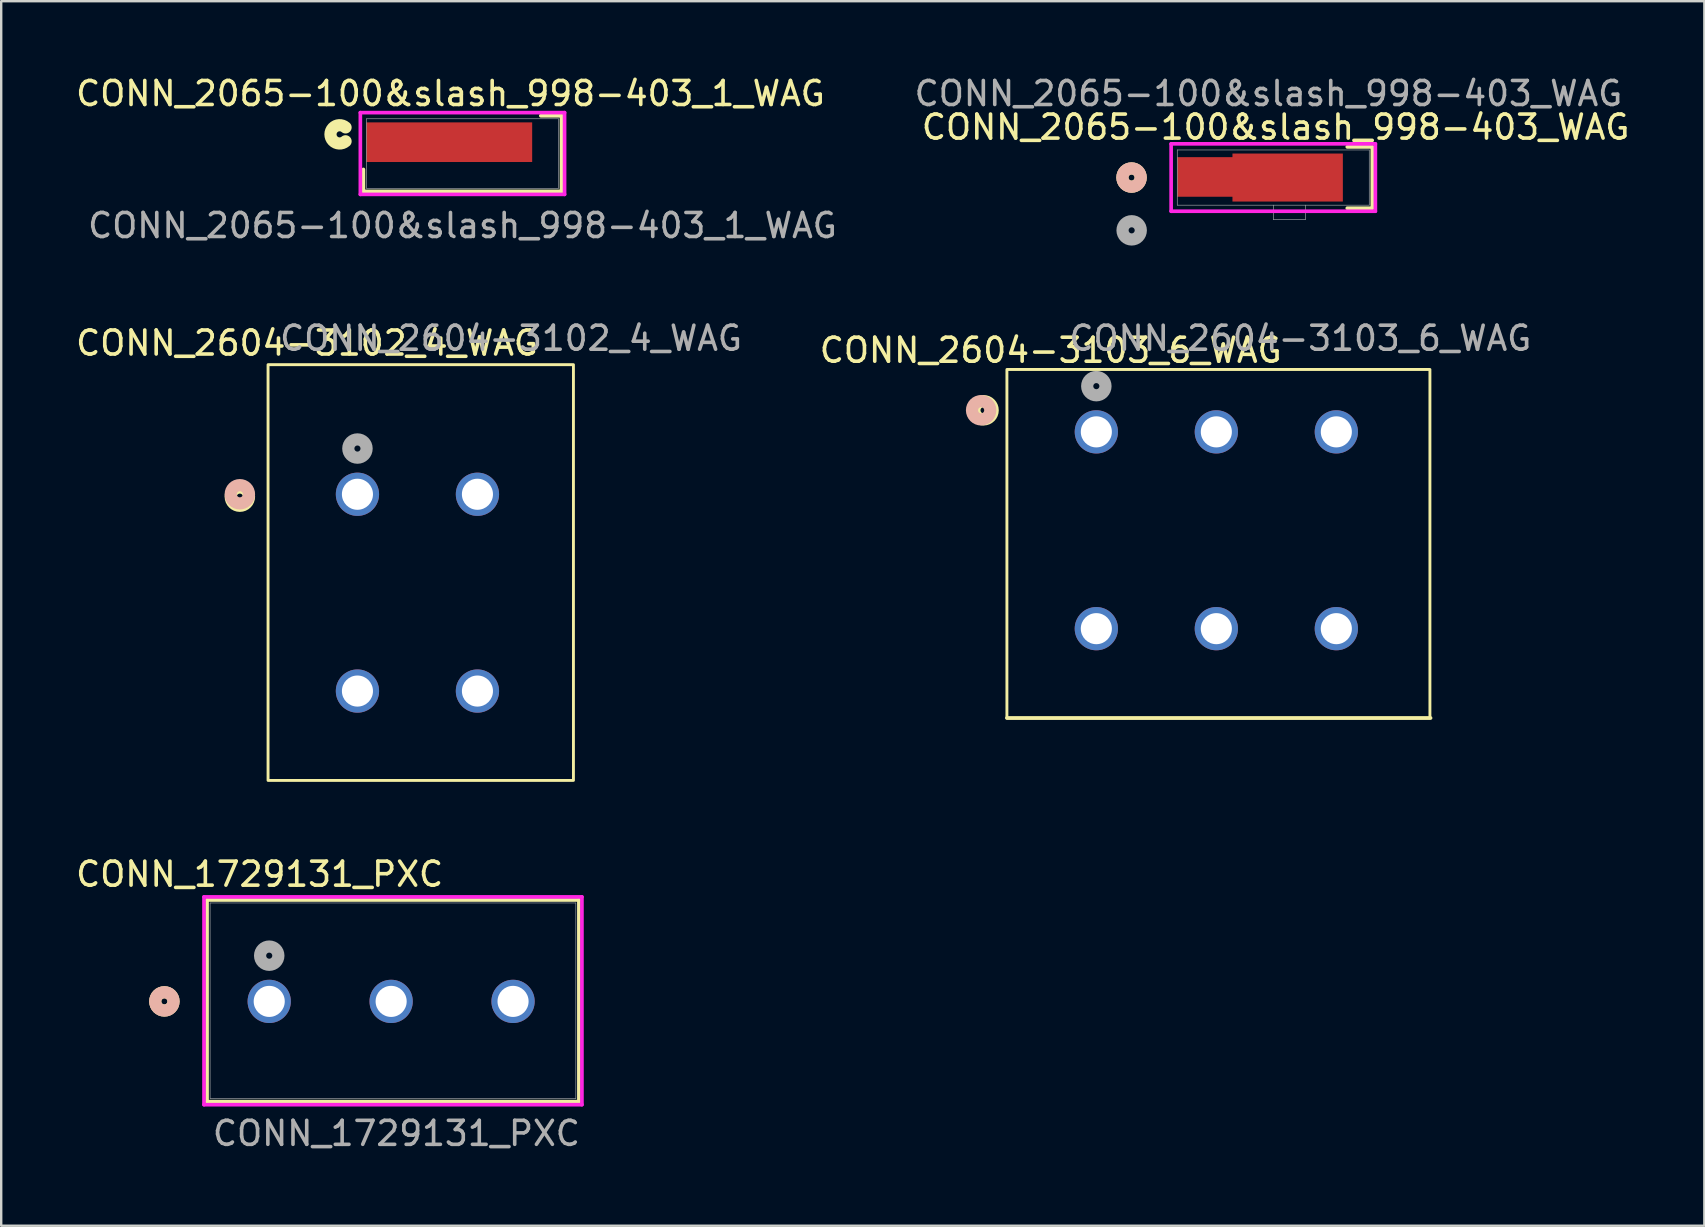
<source format=kicad_pcb>
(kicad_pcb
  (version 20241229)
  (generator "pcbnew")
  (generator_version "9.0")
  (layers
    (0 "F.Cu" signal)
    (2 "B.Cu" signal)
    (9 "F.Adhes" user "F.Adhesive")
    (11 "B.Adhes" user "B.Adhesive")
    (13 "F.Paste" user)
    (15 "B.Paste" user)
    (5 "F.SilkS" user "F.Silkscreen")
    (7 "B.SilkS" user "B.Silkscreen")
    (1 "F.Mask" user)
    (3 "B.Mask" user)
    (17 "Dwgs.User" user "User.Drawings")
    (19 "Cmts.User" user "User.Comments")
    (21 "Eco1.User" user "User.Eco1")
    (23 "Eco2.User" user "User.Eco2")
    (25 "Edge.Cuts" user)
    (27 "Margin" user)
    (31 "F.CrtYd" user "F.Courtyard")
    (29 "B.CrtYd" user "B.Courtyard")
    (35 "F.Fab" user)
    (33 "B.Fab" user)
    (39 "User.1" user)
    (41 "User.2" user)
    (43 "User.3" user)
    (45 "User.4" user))
  (footprint "CONN_2065-100&slash_998-403_WAG"
    (layer "F.Cu")
    (at 50.004 4.348)
    (property "Reference" "CONN_2065-100&slash_998-403_WAG" (at 0.1 -2.1 0) (unlocked yes) (layer "F.SilkS") (effects (font (size 1 1) (thickness 0.15))))
    (attr smd)
    (fp_poly (pts (xy -4 -0.85) (xy -1.7 -0.85) (xy -1.7 -1) (xy 2.9 -1) (xy 2.9 1) (xy -1.7 1) (xy -1.7 0.8) (xy -4 0.8)) (stroke (width 0) (type solid)) (fill yes) (layer "F.Cu"))
    (fp_poly (pts (xy -4 -0.85) (xy -1.7 -0.85) (xy -1.7 -1) (xy 2.9 -1) (xy 2.9 1) (xy -1.7 1) (xy -1.7 0.8) (xy -4 0.8)) (stroke (width 0) (type solid)) (fill yes) (layer "F.Mask"))
    (fp_line (start 3.084 1.277) (end 4.128 1.277) (stroke (width 0.152) (type solid)) (layer "F.SilkS"))
    (fp_line (start 4.128 -1.277) (end 3.084 -1.277) (stroke (width 0.152) (type solid)) (layer "F.SilkS"))
    (fp_line (start 4.128 1.277) (end 4.128 -1.277) (stroke (width 0.152) (type solid)) (layer "F.SilkS"))
    (fp_circle (center -5.905 0) (end -5.524 0) (stroke (width 0.508) (type solid)) (fill no) (layer "F.SilkS"))
    (fp_circle (center -5.905 0) (end -5.524 0) (stroke (width 0.508) (type solid)) (fill no) (layer "B.SilkS"))
    (fp_poly (pts (xy -4 -0.85) (xy -1.7 -0.85) (xy -1.7 -1) (xy 2.9 -1) (xy 2.9 1) (xy -1.7 1) (xy -1.7 0.8) (xy -4 0.8)) (stroke (width 0) (type solid)) (fill yes) (layer "F.Paste"))
    (fp_line (start -4.255 -1.404) (end -4.255 1.404) (stroke (width 0.152) (type solid)) (layer "F.CrtYd"))
    (fp_line (start -4.255 1.404) (end 4.255 1.404) (stroke (width 0.152) (type solid)) (layer "F.CrtYd"))
    (fp_line (start 4.255 -1.404) (end -4.255 -1.404) (stroke (width 0.152) (type solid)) (layer "F.CrtYd"))
    (fp_line (start 4.255 1.404) (end 4.255 -1.404) (stroke (width 0.152) (type solid)) (layer "F.CrtYd"))
    (fp_line (start -4 -1.15) (end -4 1.15) (stroke (width 0.025) (type solid)) (layer "F.Fab"))
    (fp_line (start -4 1.15) (end 4 1.15) (stroke (width 0.025) (type solid)) (layer "F.Fab"))
    (fp_line (start 0.007 1.15) (end 0.007 1.756) (stroke (width 0.025) (type solid)) (layer "F.Fab"))
    (fp_line (start 0.007 1.756) (end 1.337 1.756) (stroke (width 0.025) (type solid)) (layer "F.Fab"))
    (fp_line (start 1.337 1.756) (end 1.337 1.15) (stroke (width 0.025) (type solid)) (layer "F.Fab"))
    (fp_line (start 4 -1.15) (end -4 -1.15) (stroke (width 0.025) (type solid)) (layer "F.Fab"))
    (fp_line (start 4 1.15) (end 4 -1.15) (stroke (width 0.025) (type solid)) (layer "F.Fab"))
    (fp_circle (center -5.9 2.2) (end -5.519 2.2) (stroke (width 0.508) (type solid)) (fill no) (layer "F.Fab"))
    (fp_text user "${REFERENCE}" (at -0.2 -3.5 0) (unlocked yes) (layer "F.Fab") (effects (font (size 1 1) (thickness 0.15))))
    (pad "1" smd rect (at -0.55 0) (size 0.127 0.127) (layers "F.Cu" "F.Mask" "F.Paste")))
  (footprint "CONN_2604-3102_4_WAG"
    (layer "F.Cu")
    (at 11.844 17.545)
    (property "Reference" "CONN_2604-3102_4_WAG" (at -2.1 -6.3 0) (unlocked yes) (layer "F.SilkS") (effects (font (size 1 1) (thickness 0.15))))
    (attr through_hole)
    (fp_rect (start -3.725 11.923) (end 9 -5.4) (stroke (width 0.12) (type default)) (fill no) (layer "F.SilkS"))
    (fp_circle (center -4.9 0.1) (end -4.519 0.1) (stroke (width 0.508) (type solid)) (fill no) (layer "F.SilkS"))
    (fp_circle (center -4.9 0) (end -4.519 0) (stroke (width 0.508) (type solid)) (fill no) (layer "B.SilkS"))
    (fp_circle (center 0 -1.905) (end 0.381 -1.905) (stroke (width 0.508) (type solid)) (fill no) (layer "F.Fab"))
    (fp_text user "${REFERENCE}" (at 6.4 -6.5 0) (unlocked yes) (layer "F.Fab") (effects (font (size 1 1) (thickness 0.15))))
    (pad "1" thru_hole circle (at 0 0) (size 1.803 1.803) (drill 1.295) (layers "*.Cu" "*.Mask"))
    (pad "2" thru_hole circle (at 0 8.2) (size 1.803 1.803) (drill 1.295) (layers "*.Cu" "*.Mask"))
    (pad "3" thru_hole circle (at 5 0) (size 1.803 1.803) (drill 1.295) (layers "*.Cu" "*.Mask"))
    (pad "4" thru_hole circle (at 5 8.2) (size 1.803 1.803) (drill 1.295) (layers "*.Cu" "*.Mask")))
  (footprint "CONN_2604-3103_6_WAG"
    (layer "F.Cu")
    (at 42.632 14.945)
    (property "Reference" "CONN_2604-3103_6_WAG" (at -1.9 -3.4 0) (unlocked yes) (layer "F.SilkS") (effects (font (size 1 1) (thickness 0.15))))
    (attr through_hole)
    (fp_line (start -3.726 11.923) (end 13.927 11.923) (stroke (width 0.152) (type solid)) (layer "F.SilkS"))
    (fp_rect (start -3.726 11.923) (end 13.9 -2.6) (stroke (width 0.12) (type default)) (fill no) (layer "F.SilkS"))
    (fp_circle (center -4.7 -0.9) (end -4.319 -0.9) (stroke (width 0.508) (type solid)) (fill no) (layer "F.SilkS"))
    (fp_circle (center -4.8 -0.9) (end -4.419 -0.9) (stroke (width 0.508) (type solid)) (fill no) (layer "B.SilkS"))
    (fp_circle (center 0 -1.905) (end 0.381 -1.905) (stroke (width 0.508) (type solid)) (fill no) (layer "F.Fab"))
    (fp_text user "${REFERENCE}" (at 8.5 -3.9 0) (unlocked yes) (layer "F.Fab") (effects (font (size 1 1) (thickness 0.15))))
    (pad "1" thru_hole circle (at 0 0) (size 1.803 1.803) (drill 1.295) (layers "*.Cu" "*.Mask"))
    (pad "2" thru_hole circle (at 0 8.2) (size 1.803 1.803) (drill 1.295) (layers "*.Cu" "*.Mask"))
    (pad "3" thru_hole circle (at 5 0) (size 1.803 1.803) (drill 1.295) (layers "*.Cu" "*.Mask"))
    (pad "4" thru_hole circle (at 5 8.2) (size 1.803 1.803) (drill 1.295) (layers "*.Cu" "*.Mask"))
    (pad "5" thru_hole circle (at 10 0) (size 1.803 1.803) (drill 1.295) (layers "*.Cu" "*.Mask"))
    (pad "6" thru_hole circle (at 10 8.2) (size 1.803 1.803) (drill 1.295) (layers "*.Cu" "*.Mask")))
  (footprint "CONN_1729131_PXC"
    (layer "F.Cu")
    (at 8.168 38.676)
    (property "Reference" "CONN_1729131_PXC" (at -0.4 -5.3 0) (unlocked yes) (layer "F.SilkS") (effects (font (size 1 1) (thickness 0.15))))
    (attr through_hole)
    (fp_line (start -2.591 -4.227) (end -2.591 4.177) (stroke (width 0.152) (type solid)) (layer "F.SilkS"))
    (fp_line (start -2.591 4.177) (end 12.903 4.177) (stroke (width 0.152) (type solid)) (layer "F.SilkS"))
    (fp_line (start 12.903 -4.227) (end -2.591 -4.227) (stroke (width 0.152) (type solid)) (layer "F.SilkS"))
    (fp_line (start 12.903 4.177) (end 12.903 -4.227) (stroke (width 0.152) (type solid)) (layer "F.SilkS"))
    (fp_circle (center -4.369 0) (end -3.988 0) (stroke (width 0.508) (type solid)) (fill no) (layer "F.SilkS"))
    (fp_circle (center -4.369 0) (end -3.988 0) (stroke (width 0.508) (type solid)) (fill no) (layer "B.SilkS"))
    (fp_line (start -2.718 -4.354) (end -2.718 4.304) (stroke (width 0.152) (type solid)) (layer "F.CrtYd"))
    (fp_line (start -2.718 4.304) (end 13.03 4.304) (stroke (width 0.152) (type solid)) (layer "F.CrtYd"))
    (fp_line (start 13.03 -4.354) (end -2.718 -4.354) (stroke (width 0.152) (type solid)) (layer "F.CrtYd"))
    (fp_line (start 13.03 4.304) (end 13.03 -4.354) (stroke (width 0.152) (type solid)) (layer "F.CrtYd"))
    (fp_line (start -2.464 -4.1) (end -2.464 4.05) (stroke (width 0.025) (type solid)) (layer "F.Fab"))
    (fp_line (start -2.464 4.05) (end 12.776 4.05) (stroke (width 0.025) (type solid)) (layer "F.Fab"))
    (fp_line (start 12.776 -4.1) (end -2.464 -4.1) (stroke (width 0.025) (type solid)) (layer "F.Fab"))
    (fp_line (start 12.776 4.05) (end 12.776 -4.1) (stroke (width 0.025) (type solid)) (layer "F.Fab"))
    (fp_circle (center 0 -1.905) (end 0.381 -1.905) (stroke (width 0.508) (type solid)) (fill no) (layer "F.Fab"))
    (fp_text user "${REFERENCE}" (at 5.3 5.5 0) (unlocked yes) (layer "F.Fab") (effects (font (size 1 1) (thickness 0.15))))
    (pad "1" thru_hole circle (at 0 0) (size 1.803 1.803) (drill 1.295) (layers "*.Cu" "*.Mask"))
    (pad "2" thru_hole circle (at 5.08 0) (size 1.803 1.803) (drill 1.295) (layers "*.Cu" "*.Mask"))
    (pad "3" thru_hole circle (at 10.16 0) (size 1.803 1.803) (drill 1.295) (layers "*.Cu" "*.Mask")))
  (footprint "CONN_2065-100&slash_998-403_1_WAG"
    (layer "F.Cu")
    (at 16.22 3.348)
    (property "Reference" "CONN_2065-100&slash_998-403_1_WAG" (at -0.5 -2.5 0) (unlocked yes) (layer "F.SilkS") (effects (font (size 1 1) (thickness 0.15))))
    (attr smd)
    (fp_poly (pts (xy -1.642 0.555) (xy 2.955 0.555) (xy 2.955 -1.451) (xy -1.642 -1.451)) (stroke (width 0) (type solid)) (fill yes) (layer "F.Mask"))
    (fp_line (start -4.128 0.662) (end -4.128 1.575) (stroke (width 0.152) (type solid)) (layer "F.SilkS"))
    (fp_line (start -4.128 1.575) (end 4.128 1.575) (stroke (width 0.152) (type solid)) (layer "F.SilkS"))
    (fp_line (start 4.128 -1.575) (end 3.264 -1.575) (stroke (width 0.152) (type solid)) (layer "F.SilkS"))
    (fp_line (start 4.128 1.575) (end 4.128 -1.575) (stroke (width 0.152) (type solid)) (layer "F.SilkS"))
    (fp_arc (start -4.87135 -0.510465) (mid -5.5 -0.8) (end -4.87135 -1.089535) (stroke (width 0.508) (type solid)) (layer "F.SilkS"))
    (fp_poly (pts (xy -1.642 0.555) (xy 2.955 0.555) (xy 2.955 -1.451) (xy -1.642 -1.451)) (stroke (width 0) (type solid)) (fill yes) (layer "F.Paste"))
    (fp_poly (pts (xy -1.642 0.555) (xy 2.955 0.555) (xy 2.955 -1.451) (xy -1.642 -1.451)) (stroke (width 0) (type solid)) (fill yes) (layer "F.Paste"))
    (fp_line (start -4.255 -1.705) (end -4.255 1.702) (stroke (width 0.152) (type solid)) (layer "F.CrtYd"))
    (fp_line (start -4.255 1.702) (end 4.255 1.702) (stroke (width 0.152) (type solid)) (layer "F.CrtYd"))
    (fp_line (start 4.255 -1.705) (end -4.255 -1.705) (stroke (width 0.152) (type solid)) (layer "F.CrtYd"))
    (fp_line (start 4.255 1.702) (end 4.255 -1.705) (stroke (width 0.152) (type solid)) (layer "F.CrtYd"))
    (fp_line (start -4 -1.448) (end -4 1.448) (stroke (width 0.025) (type solid)) (layer "F.Fab"))
    (fp_line (start -4 1.448) (end 4 1.448) (stroke (width 0.025) (type solid)) (layer "F.Fab"))
    (fp_line (start 4 -1.448) (end -4 -1.448) (stroke (width 0.025) (type solid)) (layer "F.Fab"))
    (fp_line (start 4 1.448) (end 4 -1.448) (stroke (width 0.025) (type solid)) (layer "F.Fab"))
    (fp_text user "${REFERENCE}" (at 0 3 0) (unlocked yes) (layer "F.Fab") (effects (font (size 1 1) (thickness 0.15))))
    (pad "1" smd rect (at -0.55 -0.473) (size 6.909 1.651) (layers "F.Cu" "F.Mask" "F.Paste")))
  (gr_rect
    (start -3 -3)
    (end 67.967 48.024)
    (stroke (width 0.1) (type default))
    (fill no)
    (layer "Edge.Cuts")))
</source>
